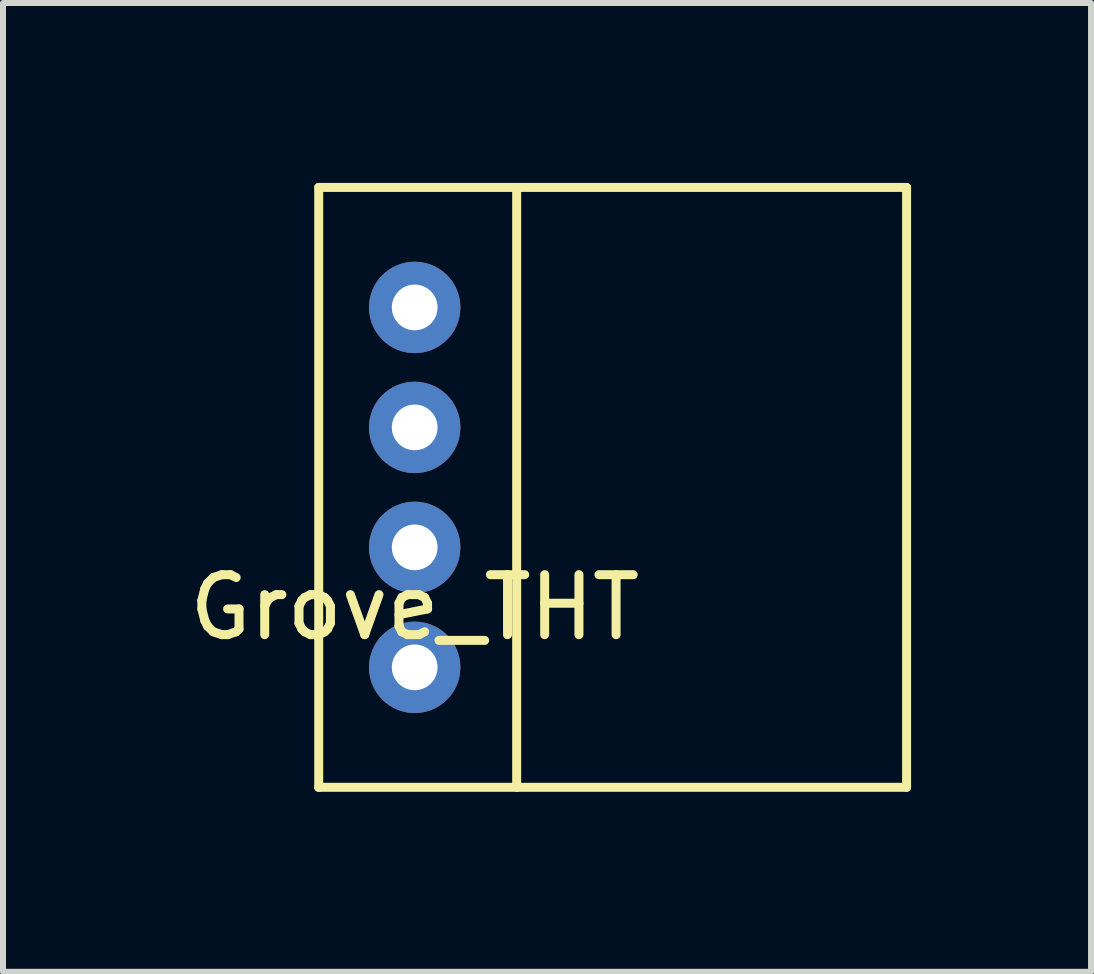
<source format=kicad_pcb>
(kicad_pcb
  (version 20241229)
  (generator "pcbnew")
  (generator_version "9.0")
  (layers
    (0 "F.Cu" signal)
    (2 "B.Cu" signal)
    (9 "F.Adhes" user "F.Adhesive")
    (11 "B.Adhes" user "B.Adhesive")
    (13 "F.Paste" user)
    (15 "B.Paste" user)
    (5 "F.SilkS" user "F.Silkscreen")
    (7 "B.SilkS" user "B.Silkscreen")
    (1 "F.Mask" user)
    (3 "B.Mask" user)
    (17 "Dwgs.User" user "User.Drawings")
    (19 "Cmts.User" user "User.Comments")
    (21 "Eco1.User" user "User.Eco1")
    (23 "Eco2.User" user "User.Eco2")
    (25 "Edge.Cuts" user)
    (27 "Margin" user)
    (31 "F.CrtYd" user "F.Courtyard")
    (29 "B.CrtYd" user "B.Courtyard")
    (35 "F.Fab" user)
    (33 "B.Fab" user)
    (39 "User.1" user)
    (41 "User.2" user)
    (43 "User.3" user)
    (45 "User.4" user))
  (footprint "Grove_THT"
    (layer "F.Cu")
    (at 3.863 2.075)
    (property "Reference" "Grove_THT" (at 0 5 0) (layer "F.SilkS") (effects (font (size 1 1) (thickness 0.15))))
    (attr through_hole)
    (fp_line (start -1.6 -2) (end -1.6 8) (stroke (width 0.15) (type solid)) (layer "F.SilkS"))
    (fp_line (start -1.6 8) (end 8.2 8) (stroke (width 0.15) (type solid)) (layer "F.SilkS"))
    (fp_line (start 1.7 -2) (end 1.7 8) (stroke (width 0.15) (type solid)) (layer "F.SilkS"))
    (fp_line (start 8.2 -2) (end -1.6 -2) (stroke (width 0.15) (type solid)) (layer "F.SilkS"))
    (fp_line (start 8.2 8) (end 8.2 -2) (stroke (width 0.15) (type solid)) (layer "F.SilkS"))
    (pad "1" thru_hole circle (at 0 0) (size 1.524 1.524) (drill 0.762) (layers "*.Cu" "*.Mask"))
    (pad "2" thru_hole circle (at 0 2) (size 1.524 1.524) (drill 0.762) (layers "*.Cu" "*.Mask"))
    (pad "3" thru_hole circle (at 0 4) (size 1.524 1.524) (drill 0.762) (layers "*.Cu" "*.Mask"))
    (pad "4" thru_hole circle (at 0 6) (size 1.524 1.524) (drill 0.762) (layers "*.Cu" "*.Mask")))
  (gr_rect
    (start -3 -3)
    (end 15.138 13.15)
    (stroke (width 0.1) (type default))
    (fill no)
    (layer "Edge.Cuts")))
</source>
